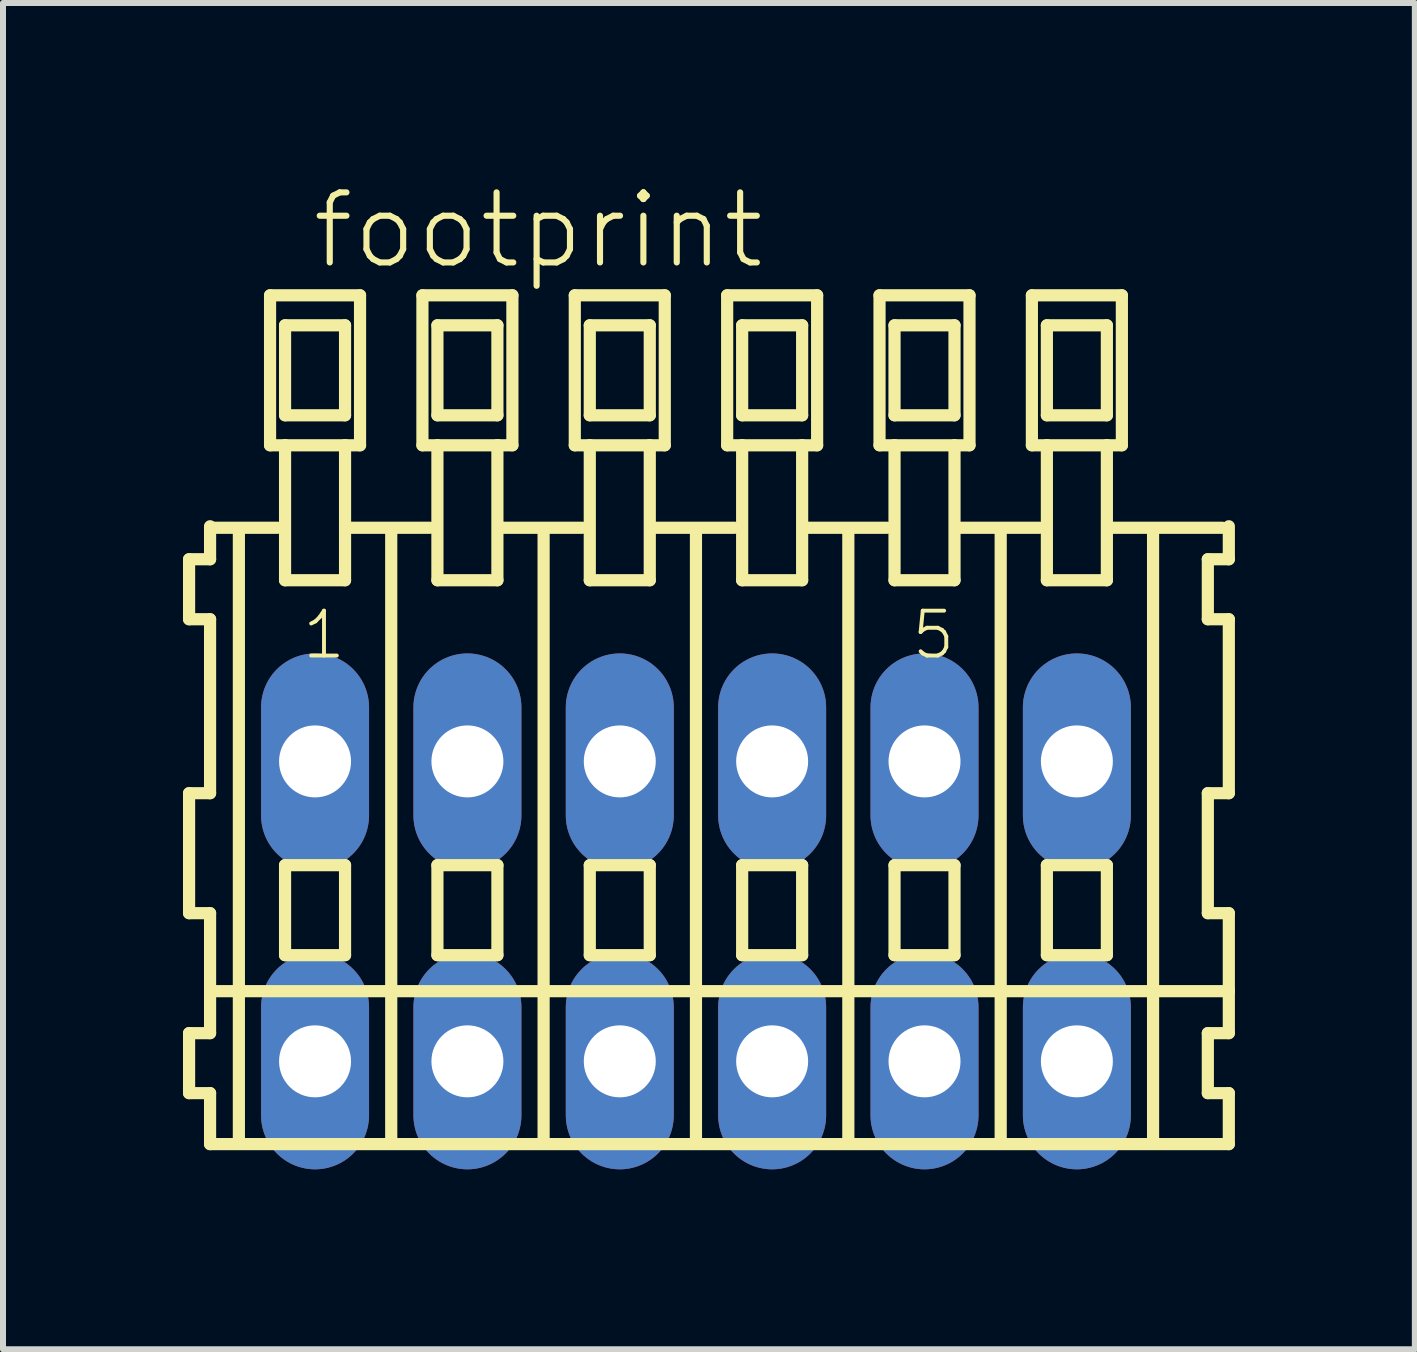
<source format=kicad_pcb>
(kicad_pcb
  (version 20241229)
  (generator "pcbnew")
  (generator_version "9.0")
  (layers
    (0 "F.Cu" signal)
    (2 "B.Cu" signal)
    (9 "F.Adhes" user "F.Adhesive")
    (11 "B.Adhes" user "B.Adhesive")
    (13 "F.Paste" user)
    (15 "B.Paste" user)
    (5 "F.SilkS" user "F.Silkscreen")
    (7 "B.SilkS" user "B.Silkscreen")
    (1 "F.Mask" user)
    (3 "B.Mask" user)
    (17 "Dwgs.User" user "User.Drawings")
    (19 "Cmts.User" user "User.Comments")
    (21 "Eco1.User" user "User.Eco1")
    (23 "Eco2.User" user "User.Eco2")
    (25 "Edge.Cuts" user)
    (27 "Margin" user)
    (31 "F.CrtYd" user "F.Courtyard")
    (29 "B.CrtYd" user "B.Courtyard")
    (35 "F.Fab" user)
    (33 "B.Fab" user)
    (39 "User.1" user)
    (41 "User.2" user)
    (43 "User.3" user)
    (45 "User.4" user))
  (footprint "footprint"
    (layer "F.Cu")
    (at 8.552 12.143)
    (property "Reference" "footprint" (at -6.45 -10.67 0) (layer "F.SilkS") (effects (font (size 1.168 1.168) (thickness 0.102)) (justify left bottom)))
    (fp_line (start -8.45 -5.87) (end -8.45 -4.87) (stroke (width 0.203) (type solid)) (layer "F.SilkS"))
    (fp_line (start -8.45 -4.87) (end -8.1 -4.87) (stroke (width 0.203) (type solid)) (layer "F.SilkS"))
    (fp_line (start -8.45 -1.97) (end -8.45 0.03) (stroke (width 0.203) (type solid)) (layer "F.SilkS"))
    (fp_line (start -8.45 0.03) (end -8.1 0.03) (stroke (width 0.203) (type solid)) (layer "F.SilkS"))
    (fp_line (start -8.45 2.03) (end -8.45 3.03) (stroke (width 0.203) (type solid)) (layer "F.SilkS"))
    (fp_line (start -8.45 3.03) (end -8.1 3.03) (stroke (width 0.203) (type solid)) (layer "F.SilkS"))
    (fp_line (start -8.1 -6.42) (end -8.1 -6.395) (stroke (width 0.203) (type solid)) (layer "F.SilkS"))
    (fp_line (start -8.1 -6.395) (end -8.1 -5.87) (stroke (width 0.203) (type solid)) (layer "F.SilkS"))
    (fp_line (start -8.1 -6.395) (end -6.975 -6.395) (stroke (width 0.203) (type solid)) (layer "F.SilkS"))
    (fp_line (start -8.1 -5.87) (end -8.45 -5.87) (stroke (width 0.203) (type solid)) (layer "F.SilkS"))
    (fp_line (start -8.1 -4.87) (end -8.1 -1.97) (stroke (width 0.203) (type solid)) (layer "F.SilkS"))
    (fp_line (start -8.1 -1.97) (end -8.45 -1.97) (stroke (width 0.203) (type solid)) (layer "F.SilkS"))
    (fp_line (start -8.1 0.03) (end -8.1 1.33) (stroke (width 0.203) (type solid)) (layer "F.SilkS"))
    (fp_line (start -8.1 1.33) (end -8.1 2.03) (stroke (width 0.203) (type solid)) (layer "F.SilkS"))
    (fp_line (start -8.1 1.33) (end 8.883 1.33) (stroke (width 0.203) (type solid)) (layer "F.SilkS"))
    (fp_line (start -8.1 2.03) (end -8.45 2.03) (stroke (width 0.203) (type solid)) (layer "F.SilkS"))
    (fp_line (start -8.1 3.03) (end -8.1 3.88) (stroke (width 0.203) (type solid)) (layer "F.SilkS"))
    (fp_line (start -8.1 3.88) (end 8.883 3.88) (stroke (width 0.203) (type solid)) (layer "F.SilkS"))
    (fp_line (start -7.62 3.83) (end -7.62 -6.33) (stroke (width 0.203) (type solid)) (layer "F.SilkS"))
    (fp_line (start -7.1 -10.27) (end -7.1 -7.77) (stroke (width 0.203) (type solid)) (layer "F.SilkS"))
    (fp_line (start -7.1 -7.77) (end -6.85 -7.77) (stroke (width 0.203) (type solid)) (layer "F.SilkS"))
    (fp_line (start -6.85 -9.77) (end -6.85 -8.27) (stroke (width 0.203) (type solid)) (layer "F.SilkS"))
    (fp_line (start -6.85 -8.27) (end -5.85 -8.27) (stroke (width 0.203) (type solid)) (layer "F.SilkS"))
    (fp_line (start -6.85 -7.77) (end -6.85 -5.52) (stroke (width 0.203) (type solid)) (layer "F.SilkS"))
    (fp_line (start -6.85 -7.77) (end -5.85 -7.77) (stroke (width 0.203) (type solid)) (layer "F.SilkS"))
    (fp_line (start -6.85 -5.52) (end -5.85 -5.52) (stroke (width 0.203) (type solid)) (layer "F.SilkS"))
    (fp_line (start -6.85 -0.77) (end -6.85 0.73) (stroke (width 0.203) (type solid)) (layer "F.SilkS"))
    (fp_line (start -6.85 0.73) (end -5.85 0.73) (stroke (width 0.203) (type solid)) (layer "F.SilkS"))
    (fp_line (start -5.85 -9.77) (end -6.85 -9.77) (stroke (width 0.203) (type solid)) (layer "F.SilkS"))
    (fp_line (start -5.85 -8.27) (end -5.85 -9.77) (stroke (width 0.203) (type solid)) (layer "F.SilkS"))
    (fp_line (start -5.85 -7.77) (end -5.6 -7.77) (stroke (width 0.203) (type solid)) (layer "F.SilkS"))
    (fp_line (start -5.85 -5.52) (end -5.85 -7.77) (stroke (width 0.203) (type solid)) (layer "F.SilkS"))
    (fp_line (start -5.85 -0.77) (end -6.85 -0.77) (stroke (width 0.203) (type solid)) (layer "F.SilkS"))
    (fp_line (start -5.85 0.73) (end -5.85 -0.77) (stroke (width 0.203) (type solid)) (layer "F.SilkS"))
    (fp_line (start -5.814 -6.395) (end -4.435 -6.395) (stroke (width 0.203) (type solid)) (layer "F.SilkS"))
    (fp_line (start -5.6 -10.27) (end -7.1 -10.27) (stroke (width 0.203) (type solid)) (layer "F.SilkS"))
    (fp_line (start -5.6 -7.77) (end -5.6 -10.27) (stroke (width 0.203) (type solid)) (layer "F.SilkS"))
    (fp_line (start -5.08 3.83) (end -5.08 -6.33) (stroke (width 0.203) (type solid)) (layer "F.SilkS"))
    (fp_line (start -4.56 -10.27) (end -4.56 -7.77) (stroke (width 0.203) (type solid)) (layer "F.SilkS"))
    (fp_line (start -4.56 -7.77) (end -4.31 -7.77) (stroke (width 0.203) (type solid)) (layer "F.SilkS"))
    (fp_line (start -4.31 -9.77) (end -4.31 -8.27) (stroke (width 0.203) (type solid)) (layer "F.SilkS"))
    (fp_line (start -4.31 -8.27) (end -3.31 -8.27) (stroke (width 0.203) (type solid)) (layer "F.SilkS"))
    (fp_line (start -4.31 -7.77) (end -4.31 -5.52) (stroke (width 0.203) (type solid)) (layer "F.SilkS"))
    (fp_line (start -4.31 -7.77) (end -3.31 -7.77) (stroke (width 0.203) (type solid)) (layer "F.SilkS"))
    (fp_line (start -4.31 -5.52) (end -3.31 -5.52) (stroke (width 0.203) (type solid)) (layer "F.SilkS"))
    (fp_line (start -4.31 -0.77) (end -4.31 0.73) (stroke (width 0.203) (type solid)) (layer "F.SilkS"))
    (fp_line (start -4.31 0.73) (end -3.31 0.73) (stroke (width 0.203) (type solid)) (layer "F.SilkS"))
    (fp_line (start -3.31 -9.77) (end -4.31 -9.77) (stroke (width 0.203) (type solid)) (layer "F.SilkS"))
    (fp_line (start -3.31 -8.27) (end -3.31 -9.77) (stroke (width 0.203) (type solid)) (layer "F.SilkS"))
    (fp_line (start -3.31 -7.77) (end -3.06 -7.77) (stroke (width 0.203) (type solid)) (layer "F.SilkS"))
    (fp_line (start -3.31 -5.52) (end -3.31 -7.77) (stroke (width 0.203) (type solid)) (layer "F.SilkS"))
    (fp_line (start -3.31 -0.77) (end -4.31 -0.77) (stroke (width 0.203) (type solid)) (layer "F.SilkS"))
    (fp_line (start -3.31 0.73) (end -3.31 -0.77) (stroke (width 0.203) (type solid)) (layer "F.SilkS"))
    (fp_line (start -3.274 -6.395) (end -1.895 -6.395) (stroke (width 0.203) (type solid)) (layer "F.SilkS"))
    (fp_line (start -3.06 -10.27) (end -4.56 -10.27) (stroke (width 0.203) (type solid)) (layer "F.SilkS"))
    (fp_line (start -3.06 -7.77) (end -3.06 -10.27) (stroke (width 0.203) (type solid)) (layer "F.SilkS"))
    (fp_line (start -2.54 3.83) (end -2.54 -6.33) (stroke (width 0.203) (type solid)) (layer "F.SilkS"))
    (fp_line (start -2.02 -10.27) (end -2.02 -7.77) (stroke (width 0.203) (type solid)) (layer "F.SilkS"))
    (fp_line (start -2.02 -7.77) (end -1.77 -7.77) (stroke (width 0.203) (type solid)) (layer "F.SilkS"))
    (fp_line (start -1.77 -9.77) (end -1.77 -8.27) (stroke (width 0.203) (type solid)) (layer "F.SilkS"))
    (fp_line (start -1.77 -8.27) (end -0.77 -8.27) (stroke (width 0.203) (type solid)) (layer "F.SilkS"))
    (fp_line (start -1.77 -7.77) (end -1.77 -5.52) (stroke (width 0.203) (type solid)) (layer "F.SilkS"))
    (fp_line (start -1.77 -7.77) (end -0.77 -7.77) (stroke (width 0.203) (type solid)) (layer "F.SilkS"))
    (fp_line (start -1.77 -5.52) (end -0.77 -5.52) (stroke (width 0.203) (type solid)) (layer "F.SilkS"))
    (fp_line (start -1.77 -0.77) (end -1.77 0.73) (stroke (width 0.203) (type solid)) (layer "F.SilkS"))
    (fp_line (start -1.77 0.73) (end -0.77 0.73) (stroke (width 0.203) (type solid)) (layer "F.SilkS"))
    (fp_line (start -0.77 -9.77) (end -1.77 -9.77) (stroke (width 0.203) (type solid)) (layer "F.SilkS"))
    (fp_line (start -0.77 -8.27) (end -0.77 -9.77) (stroke (width 0.203) (type solid)) (layer "F.SilkS"))
    (fp_line (start -0.77 -7.77) (end -0.52 -7.77) (stroke (width 0.203) (type solid)) (layer "F.SilkS"))
    (fp_line (start -0.77 -5.52) (end -0.77 -7.77) (stroke (width 0.203) (type solid)) (layer "F.SilkS"))
    (fp_line (start -0.77 -0.77) (end -1.77 -0.77) (stroke (width 0.203) (type solid)) (layer "F.SilkS"))
    (fp_line (start -0.77 0.73) (end -0.77 -0.77) (stroke (width 0.203) (type solid)) (layer "F.SilkS"))
    (fp_line (start -0.734 -6.395) (end 0.645 -6.395) (stroke (width 0.203) (type solid)) (layer "F.SilkS"))
    (fp_line (start -0.52 -10.27) (end -2.02 -10.27) (stroke (width 0.203) (type solid)) (layer "F.SilkS"))
    (fp_line (start -0.52 -7.77) (end -0.52 -10.27) (stroke (width 0.203) (type solid)) (layer "F.SilkS"))
    (fp_line (start 0 3.83) (end 0 -6.33) (stroke (width 0.203) (type solid)) (layer "F.SilkS"))
    (fp_line (start 0.52 -10.27) (end 0.52 -7.77) (stroke (width 0.203) (type solid)) (layer "F.SilkS"))
    (fp_line (start 0.52 -7.77) (end 0.77 -7.77) (stroke (width 0.203) (type solid)) (layer "F.SilkS"))
    (fp_line (start 0.77 -9.77) (end 0.77 -8.27) (stroke (width 0.203) (type solid)) (layer "F.SilkS"))
    (fp_line (start 0.77 -8.27) (end 1.77 -8.27) (stroke (width 0.203) (type solid)) (layer "F.SilkS"))
    (fp_line (start 0.77 -7.77) (end 0.77 -5.52) (stroke (width 0.203) (type solid)) (layer "F.SilkS"))
    (fp_line (start 0.77 -7.77) (end 1.77 -7.77) (stroke (width 0.203) (type solid)) (layer "F.SilkS"))
    (fp_line (start 0.77 -5.52) (end 1.77 -5.52) (stroke (width 0.203) (type solid)) (layer "F.SilkS"))
    (fp_line (start 0.77 -0.77) (end 0.77 0.73) (stroke (width 0.203) (type solid)) (layer "F.SilkS"))
    (fp_line (start 0.77 0.73) (end 1.77 0.73) (stroke (width 0.203) (type solid)) (layer "F.SilkS"))
    (fp_line (start 1.77 -9.77) (end 0.77 -9.77) (stroke (width 0.203) (type solid)) (layer "F.SilkS"))
    (fp_line (start 1.77 -8.27) (end 1.77 -9.77) (stroke (width 0.203) (type solid)) (layer "F.SilkS"))
    (fp_line (start 1.77 -7.77) (end 2.02 -7.77) (stroke (width 0.203) (type solid)) (layer "F.SilkS"))
    (fp_line (start 1.77 -5.52) (end 1.77 -7.77) (stroke (width 0.203) (type solid)) (layer "F.SilkS"))
    (fp_line (start 1.77 -0.77) (end 0.77 -0.77) (stroke (width 0.203) (type solid)) (layer "F.SilkS"))
    (fp_line (start 1.77 0.73) (end 1.77 -0.77) (stroke (width 0.203) (type solid)) (layer "F.SilkS"))
    (fp_line (start 1.806 -6.395) (end 3.185 -6.395) (stroke (width 0.203) (type solid)) (layer "F.SilkS"))
    (fp_line (start 2.02 -10.27) (end 0.52 -10.27) (stroke (width 0.203) (type solid)) (layer "F.SilkS"))
    (fp_line (start 2.02 -7.77) (end 2.02 -10.27) (stroke (width 0.203) (type solid)) (layer "F.SilkS"))
    (fp_line (start 2.54 3.83) (end 2.54 -6.33) (stroke (width 0.203) (type solid)) (layer "F.SilkS"))
    (fp_line (start 3.06 -10.27) (end 3.06 -7.77) (stroke (width 0.203) (type solid)) (layer "F.SilkS"))
    (fp_line (start 3.06 -7.77) (end 3.31 -7.77) (stroke (width 0.203) (type solid)) (layer "F.SilkS"))
    (fp_line (start 3.31 -9.77) (end 3.31 -8.27) (stroke (width 0.203) (type solid)) (layer "F.SilkS"))
    (fp_line (start 3.31 -8.27) (end 4.31 -8.27) (stroke (width 0.203) (type solid)) (layer "F.SilkS"))
    (fp_line (start 3.31 -7.77) (end 3.31 -5.52) (stroke (width 0.203) (type solid)) (layer "F.SilkS"))
    (fp_line (start 3.31 -7.77) (end 4.31 -7.77) (stroke (width 0.203) (type solid)) (layer "F.SilkS"))
    (fp_line (start 3.31 -5.52) (end 4.31 -5.52) (stroke (width 0.203) (type solid)) (layer "F.SilkS"))
    (fp_line (start 3.31 -0.77) (end 3.31 0.73) (stroke (width 0.203) (type solid)) (layer "F.SilkS"))
    (fp_line (start 3.31 0.73) (end 4.31 0.73) (stroke (width 0.203) (type solid)) (layer "F.SilkS"))
    (fp_line (start 4.31 -9.77) (end 3.31 -9.77) (stroke (width 0.203) (type solid)) (layer "F.SilkS"))
    (fp_line (start 4.31 -8.27) (end 4.31 -9.77) (stroke (width 0.203) (type solid)) (layer "F.SilkS"))
    (fp_line (start 4.31 -7.77) (end 4.56 -7.77) (stroke (width 0.203) (type solid)) (layer "F.SilkS"))
    (fp_line (start 4.31 -5.52) (end 4.31 -7.77) (stroke (width 0.203) (type solid)) (layer "F.SilkS"))
    (fp_line (start 4.31 -0.77) (end 3.31 -0.77) (stroke (width 0.203) (type solid)) (layer "F.SilkS"))
    (fp_line (start 4.31 0.73) (end 4.31 -0.77) (stroke (width 0.203) (type solid)) (layer "F.SilkS"))
    (fp_line (start 4.346 -6.395) (end 5.725 -6.395) (stroke (width 0.203) (type solid)) (layer "F.SilkS"))
    (fp_line (start 4.56 -10.27) (end 3.06 -10.27) (stroke (width 0.203) (type solid)) (layer "F.SilkS"))
    (fp_line (start 4.56 -7.77) (end 4.56 -10.27) (stroke (width 0.203) (type solid)) (layer "F.SilkS"))
    (fp_line (start 5.08 3.83) (end 5.08 -6.33) (stroke (width 0.203) (type solid)) (layer "F.SilkS"))
    (fp_line (start 5.6 -10.27) (end 5.6 -7.77) (stroke (width 0.203) (type solid)) (layer "F.SilkS"))
    (fp_line (start 5.6 -7.77) (end 5.85 -7.77) (stroke (width 0.203) (type solid)) (layer "F.SilkS"))
    (fp_line (start 5.85 -9.77) (end 5.85 -8.27) (stroke (width 0.203) (type solid)) (layer "F.SilkS"))
    (fp_line (start 5.85 -8.27) (end 6.85 -8.27) (stroke (width 0.203) (type solid)) (layer "F.SilkS"))
    (fp_line (start 5.85 -7.77) (end 5.85 -5.52) (stroke (width 0.203) (type solid)) (layer "F.SilkS"))
    (fp_line (start 5.85 -7.77) (end 6.85 -7.77) (stroke (width 0.203) (type solid)) (layer "F.SilkS"))
    (fp_line (start 5.85 -5.52) (end 6.85 -5.52) (stroke (width 0.203) (type solid)) (layer "F.SilkS"))
    (fp_line (start 5.85 -0.77) (end 5.85 0.73) (stroke (width 0.203) (type solid)) (layer "F.SilkS"))
    (fp_line (start 5.85 0.73) (end 6.85 0.73) (stroke (width 0.203) (type solid)) (layer "F.SilkS"))
    (fp_line (start 6.85 -9.77) (end 5.85 -9.77) (stroke (width 0.203) (type solid)) (layer "F.SilkS"))
    (fp_line (start 6.85 -8.27) (end 6.85 -9.77) (stroke (width 0.203) (type solid)) (layer "F.SilkS"))
    (fp_line (start 6.85 -7.77) (end 7.1 -7.77) (stroke (width 0.203) (type solid)) (layer "F.SilkS"))
    (fp_line (start 6.85 -5.52) (end 6.85 -7.77) (stroke (width 0.203) (type solid)) (layer "F.SilkS"))
    (fp_line (start 6.85 -0.77) (end 5.85 -0.77) (stroke (width 0.203) (type solid)) (layer "F.SilkS"))
    (fp_line (start 6.85 0.73) (end 6.85 -0.77) (stroke (width 0.203) (type solid)) (layer "F.SilkS"))
    (fp_line (start 6.886 -6.395) (end 8.773 -6.395) (stroke (width 0.203) (type solid)) (layer "F.SilkS"))
    (fp_line (start 7.1 -10.27) (end 5.6 -10.27) (stroke (width 0.203) (type solid)) (layer "F.SilkS"))
    (fp_line (start 7.1 -7.77) (end 7.1 -10.27) (stroke (width 0.203) (type solid)) (layer "F.SilkS"))
    (fp_line (start 7.62 3.83) (end 7.62 -6.33) (stroke (width 0.203) (type solid)) (layer "F.SilkS"))
    (fp_line (start 8.533 -5.87) (end 8.533 -4.87) (stroke (width 0.203) (type solid)) (layer "F.SilkS"))
    (fp_line (start 8.533 -4.87) (end 8.883 -4.87) (stroke (width 0.203) (type solid)) (layer "F.SilkS"))
    (fp_line (start 8.533 -1.97) (end 8.533 0.03) (stroke (width 0.203) (type solid)) (layer "F.SilkS"))
    (fp_line (start 8.533 0.03) (end 8.883 0.03) (stroke (width 0.203) (type solid)) (layer "F.SilkS"))
    (fp_line (start 8.533 2.03) (end 8.533 3.03) (stroke (width 0.203) (type solid)) (layer "F.SilkS"))
    (fp_line (start 8.533 3.03) (end 8.883 3.03) (stroke (width 0.203) (type solid)) (layer "F.SilkS"))
    (fp_line (start 8.883 -5.87) (end 8.533 -5.87) (stroke (width 0.203) (type solid)) (layer "F.SilkS"))
    (fp_line (start 8.883 -5.87) (end 8.883 -6.42) (stroke (width 0.203) (type solid)) (layer "F.SilkS"))
    (fp_line (start 8.883 -1.97) (end 8.533 -1.97) (stroke (width 0.203) (type solid)) (layer "F.SilkS"))
    (fp_line (start 8.883 -1.97) (end 8.883 -4.87) (stroke (width 0.203) (type solid)) (layer "F.SilkS"))
    (fp_line (start 8.883 1.33) (end 8.883 0.03) (stroke (width 0.203) (type solid)) (layer "F.SilkS"))
    (fp_line (start 8.883 2.03) (end 8.533 2.03) (stroke (width 0.203) (type solid)) (layer "F.SilkS"))
    (fp_line (start 8.883 2.03) (end 8.883 1.33) (stroke (width 0.203) (type solid)) (layer "F.SilkS"))
    (fp_line (start 8.883 3.88) (end 8.883 3.03) (stroke (width 0.203) (type solid)) (layer "F.SilkS"))
    (fp_text user "1" (at -6.6 -4.17 0) (layer "F.SilkS") (effects (font (size 0.748 0.748) (thickness 0.065)) (justify left bottom)))
    (fp_text user "5" (at 3.56 -4.17 0) (layer "F.SilkS") (effects (font (size 0.748 0.748) (thickness 0.065)) (justify left bottom)))
    (pad "A1" thru_hole oval (at -6.35 -2.5 90) (size 3.6 1.8) (drill 1.2) (layers "*.Cu" "*.Mask"))
    (pad "A2" thru_hole oval (at -3.81 -2.5 90) (size 3.6 1.8) (drill 1.2) (layers "*.Cu" "*.Mask"))
    (pad "A3" thru_hole oval (at -1.27 -2.5 90) (size 3.6 1.8) (drill 1.2) (layers "*.Cu" "*.Mask"))
    (pad "A4" thru_hole oval (at 1.27 -2.5 90) (size 3.6 1.8) (drill 1.2) (layers "*.Cu" "*.Mask"))
    (pad "A5" thru_hole oval (at 3.81 -2.5 90) (size 3.6 1.8) (drill 1.2) (layers "*.Cu" "*.Mask"))
    (pad "A6" thru_hole oval (at 6.35 -2.5 90) (size 3.6 1.8) (drill 1.2) (layers "*.Cu" "*.Mask"))
    (pad "B1" thru_hole oval (at -6.35 2.5 90) (size 3.6 1.8) (drill 1.2) (layers "*.Cu" "*.Mask"))
    (pad "B2" thru_hole oval (at -3.81 2.5 90) (size 3.6 1.8) (drill 1.2) (layers "*.Cu" "*.Mask"))
    (pad "B3" thru_hole oval (at -1.27 2.5 90) (size 3.6 1.8) (drill 1.2) (layers "*.Cu" "*.Mask"))
    (pad "B4" thru_hole oval (at 1.27 2.5 90) (size 3.6 1.8) (drill 1.2) (layers "*.Cu" "*.Mask"))
    (pad "B5" thru_hole oval (at 3.81 2.5 90) (size 3.6 1.8) (drill 1.2) (layers "*.Cu" "*.Mask"))
    (pad "B6" thru_hole oval (at 6.35 2.5 90) (size 3.6 1.8) (drill 1.2) (layers "*.Cu" "*.Mask")))
  (gr_rect
    (start -3 -3)
    (end 20.536 19.443)
    (stroke (width 0.1) (type default))
    (fill no)
    (layer "Edge.Cuts")))
</source>
